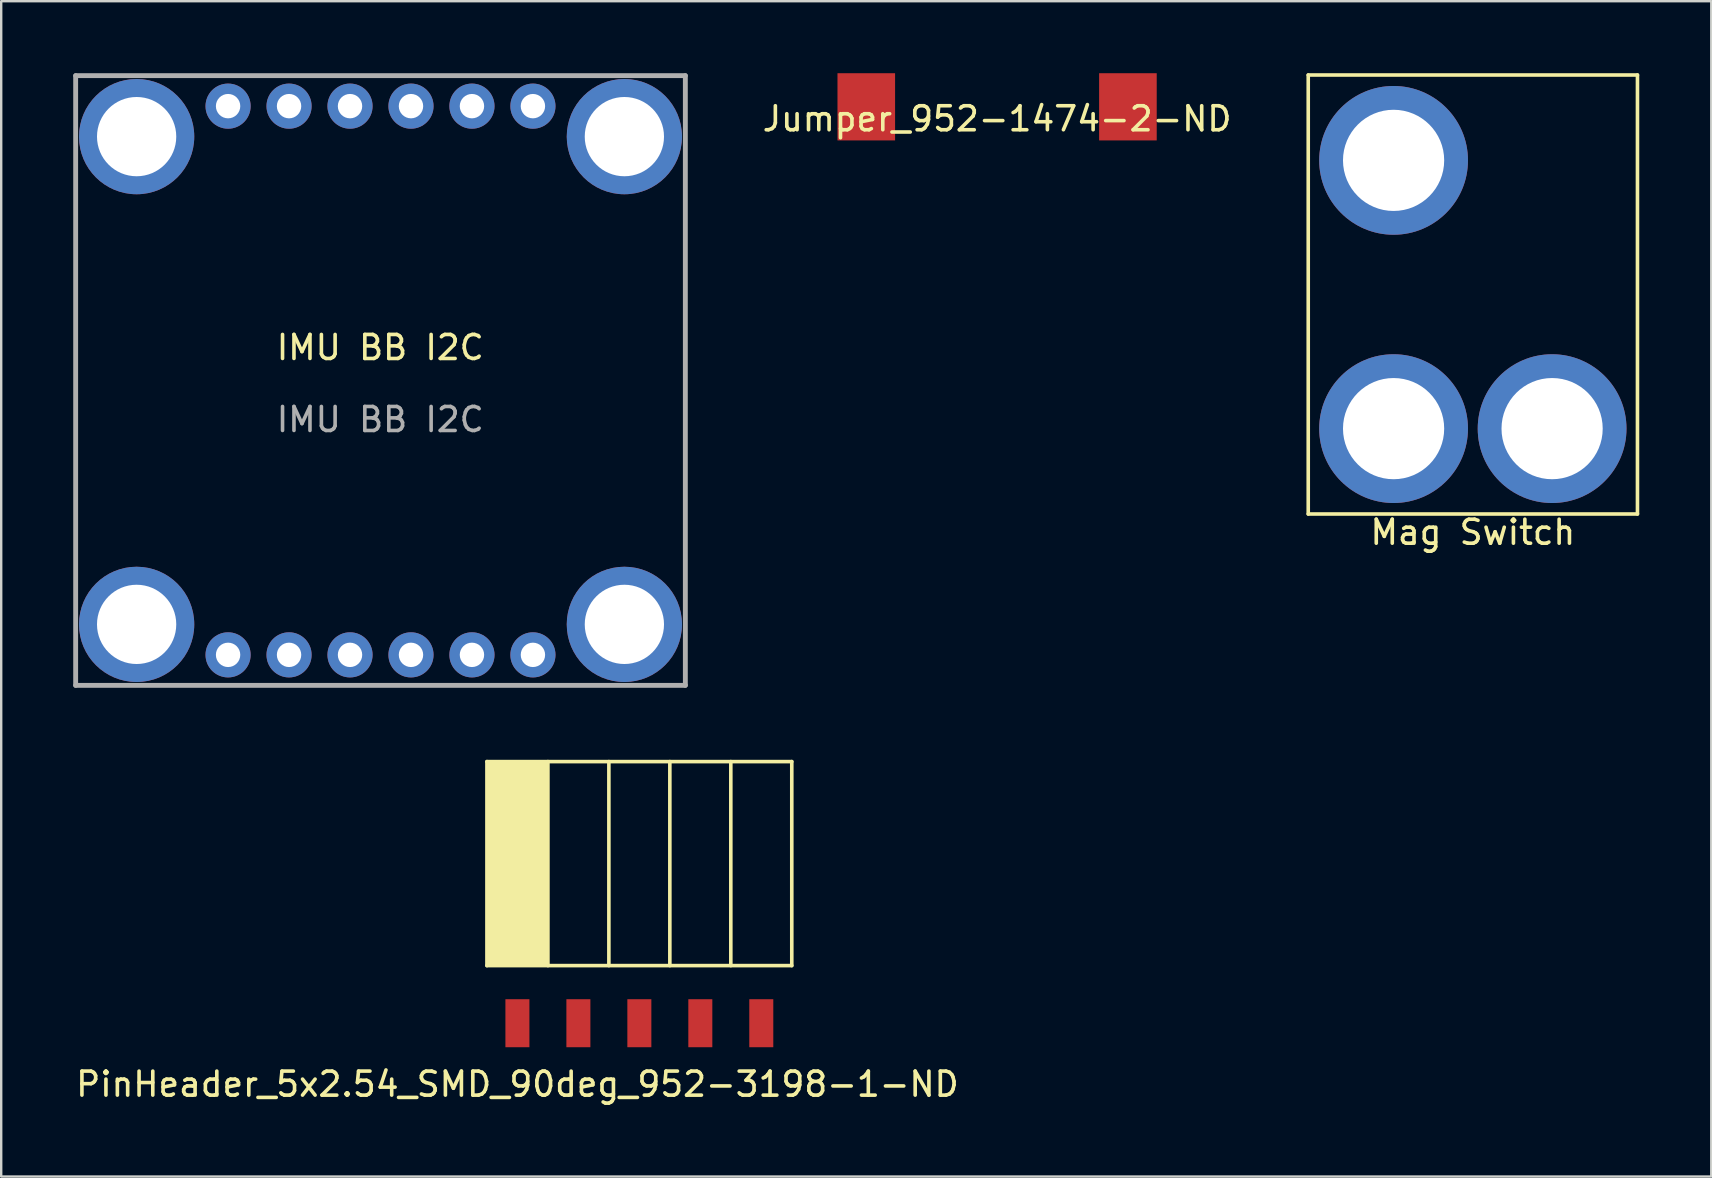
<source format=kicad_pcb>
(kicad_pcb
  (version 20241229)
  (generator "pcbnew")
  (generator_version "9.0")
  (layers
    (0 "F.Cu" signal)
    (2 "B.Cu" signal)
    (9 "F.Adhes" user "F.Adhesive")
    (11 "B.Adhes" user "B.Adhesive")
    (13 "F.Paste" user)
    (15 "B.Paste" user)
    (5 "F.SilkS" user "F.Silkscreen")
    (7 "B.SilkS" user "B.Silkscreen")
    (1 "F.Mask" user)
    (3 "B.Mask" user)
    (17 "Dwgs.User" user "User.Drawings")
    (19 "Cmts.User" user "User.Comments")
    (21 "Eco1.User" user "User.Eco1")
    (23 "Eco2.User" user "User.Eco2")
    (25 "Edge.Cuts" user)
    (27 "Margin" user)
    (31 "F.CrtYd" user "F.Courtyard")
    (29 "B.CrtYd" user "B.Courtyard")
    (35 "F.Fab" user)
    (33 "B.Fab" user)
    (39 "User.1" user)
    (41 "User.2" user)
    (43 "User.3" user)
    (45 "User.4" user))
  (footprint "PinHeader_5x2.54_SMD_90deg_952-3198-1-ND"
    (layer "F.Cu")
    (at 18.506 39.578)
    (property "Reference" "PinHeader_5x2.54_SMD_90deg_952-3198-1-ND" (at 0 2.54 0) (layer "F.SilkS") (effects (font (size 1 1) (thickness 0.15))))
    (attr through_hole)
    (fp_line (start -1.27 -10.9) (end 11.43 -10.9) (stroke (width 0.15) (type solid)) (layer "F.SilkS"))
    (fp_line (start -1.27 -2.4) (end -1.27 -10.9) (stroke (width 0.15) (type solid)) (layer "F.SilkS"))
    (fp_line (start -1.27 -2.4) (end 11.43 -2.4) (stroke (width 0.15) (type solid)) (layer "F.SilkS"))
    (fp_line (start 1.27 -2.4) (end 1.27 -10.9) (stroke (width 0.15) (type solid)) (layer "F.SilkS"))
    (fp_line (start 3.81 -2.4) (end 3.81 -10.9) (stroke (width 0.15) (type solid)) (layer "F.SilkS"))
    (fp_line (start 6.35 -2.4) (end 6.35 -10.9) (stroke (width 0.15) (type solid)) (layer "F.SilkS"))
    (fp_line (start 8.89 -2.4) (end 8.89 -10.9) (stroke (width 0.15) (type solid)) (layer "F.SilkS"))
    (fp_line (start 11.43 -2.4) (end 11.43 -10.9) (stroke (width 0.15) (type solid)) (layer "F.SilkS"))
    (fp_poly (pts (xy -1.219 -10.846) (xy 1.219 -10.846) (xy 1.219 -2.464) (xy -1.219 -2.464)) (stroke (width 0.15) (type solid)) (fill yes) (layer "F.SilkS"))
    (pad "1" smd rect (at 0 0) (size 1 2) (layers "F.Cu" "F.Mask" "F.Paste"))
    (pad "2" smd rect (at 2.54 0) (size 1 2) (layers "F.Cu" "F.Mask" "F.Paste"))
    (pad "3" smd rect (at 5.08 0) (size 1 2) (layers "F.Cu" "F.Mask" "F.Paste"))
    (pad "4" smd rect (at 7.62 0) (size 1 2) (layers "F.Cu" "F.Mask" "F.Paste"))
    (pad "5" smd rect (at 10.16 0) (size 1 2) (layers "F.Cu" "F.Mask" "F.Paste")))
  (footprint "Jumper_952-1474-2-ND"
    (layer "F.Cu")
    (at 38.49 1.4)
    (property "Reference" "Jumper_952-1474-2-ND" (at 0 0.5 0) (layer "F.SilkS") (effects (font (size 1 1) (thickness 0.15))))
    (attr through_hole)
    (pad "1" smd rect (at -5.45 0) (size 2.4 2.8) (layers "F.Cu" "F.Mask" "F.Paste"))
    (pad "2" smd rect (at 5.45 0) (size 2.4 2.8) (layers "F.Cu" "F.Mask" "F.Paste")))
  (footprint "IMU BB I2C"
    (layer "F.Cu")
    (at 12.792 12.904)
    (property "Reference" "IMU BB I2C" (at 0 -1.476 0) (unlocked yes) (layer "F.SilkS") (effects (font (size 1 1) (thickness 0.15))))
    (attr through_hole)
    (fp_line (start -12.69 -12.802) (end 12.71 -12.802) (stroke (width 0.203) (type solid)) (layer "F.Fab"))
    (fp_line (start -12.69 12.598) (end -12.69 -12.802) (stroke (width 0.203) (type solid)) (layer "F.Fab"))
    (fp_line (start 12.71 -12.802) (end 12.71 12.598) (stroke (width 0.203) (type solid)) (layer "F.Fab"))
    (fp_line (start 12.71 12.598) (end -12.69 12.598) (stroke (width 0.203) (type solid)) (layer "F.Fab"))
    (fp_text user "${REFERENCE}" (at 0 1.524 0) (unlocked yes) (layer "F.Fab") (effects (font (size 1 1) (thickness 0.15))))
    (pad "" np_thru_hole circle (at -10.15 -10.262) (size 4.802 4.802) (drill 3.302) (layers "*.Cu" "*.Mask"))
    (pad "" np_thru_hole circle (at -10.15 10.058) (size 4.802 4.802) (drill 3.302) (layers "*.Cu" "*.Mask"))
    (pad "" np_thru_hole circle (at 10.17 -10.262) (size 4.802 4.802) (drill 3.302) (layers "*.Cu" "*.Mask"))
    (pad "" np_thru_hole circle (at 10.17 10.058) (size 4.802 4.802) (drill 3.302) (layers "*.Cu" "*.Mask"))
    (pad "1" thru_hole circle (at -6.34 11.328 90) (size 1.88 1.88) (drill 1.016) (layers "*.Cu" "*.Mask"))
    (pad "2" thru_hole circle (at -3.8 11.328 90) (size 1.88 1.88) (drill 1.016) (layers "*.Cu" "*.Mask"))
    (pad "3" thru_hole circle (at -1.26 11.328 90) (size 1.88 1.88) (drill 1.016) (layers "*.Cu" "*.Mask"))
    (pad "4" thru_hole circle (at 1.28 11.328 90) (size 1.88 1.88) (drill 1.016) (layers "*.Cu" "*.Mask"))
    (pad "5" thru_hole circle (at 3.82 11.328 90) (size 1.88 1.88) (drill 1.016) (layers "*.Cu" "*.Mask"))
    (pad "6" thru_hole circle (at 6.36 11.328 90) (size 1.88 1.88) (drill 1.016) (layers "*.Cu" "*.Mask"))
    (pad "7" thru_hole circle (at 6.36 -11.532 90) (size 1.88 1.88) (drill 1.016) (layers "*.Cu" "*.Mask"))
    (pad "8" thru_hole circle (at 3.82 -11.532 90) (size 1.88 1.88) (drill 1.016) (layers "*.Cu" "*.Mask"))
    (pad "9" thru_hole circle (at 1.28 -11.532 90) (size 1.88 1.88) (drill 1.016) (layers "*.Cu" "*.Mask"))
    (pad "10" thru_hole circle (at -1.26 -11.532 90) (size 1.88 1.88) (drill 1.016) (layers "*.Cu" "*.Mask"))
    (pad "11" thru_hole circle (at -3.8 -11.532 90) (size 1.88 1.88) (drill 1.016) (layers "*.Cu" "*.Mask"))
    (pad "12" thru_hole circle (at -6.34 -11.532 90) (size 1.88 1.88) (drill 1.016) (layers "*.Cu" "*.Mask")))
  (footprint "Mag Switch"
    (layer "F.Cu")
    (at 58.31 18.363)
    (property "Reference" "Mag Switch" (at 0 0.762 0) (layer "F.SilkS") (effects (font (size 1 1) (thickness 0.15))))
    (attr through_hole)
    (fp_line (start -6.858 -18.288) (end 6.858 -18.288) (stroke (width 0.15) (type solid)) (layer "F.SilkS"))
    (fp_line (start -6.858 0) (end -6.858 -18.288) (stroke (width 0.15) (type solid)) (layer "F.SilkS"))
    (fp_line (start -6.858 0) (end 6.858 0) (stroke (width 0.15) (type solid)) (layer "F.SilkS"))
    (fp_line (start 6.858 -18.288) (end 6.858 0) (stroke (width 0.15) (type solid)) (layer "F.SilkS"))
    (pad "1" thru_hole circle (at -3.302 -14.732) (size 6.198 6.198) (drill 4.216) (layers "*.Cu" "*.Mask"))
    (pad "2" thru_hole circle (at -3.302 -3.556) (size 6.198 6.198) (drill 4.216) (layers "*.Cu" "*.Mask"))
    (pad "3" thru_hole circle (at 3.302 -3.556) (size 6.198 6.198) (drill 4.216) (layers "*.Cu" "*.Mask")))
  (gr_rect
    (start -3 -3)
    (end 68.243 45.966)
    (stroke (width 0.1) (type default))
    (fill no)
    (layer "Edge.Cuts")))
</source>
